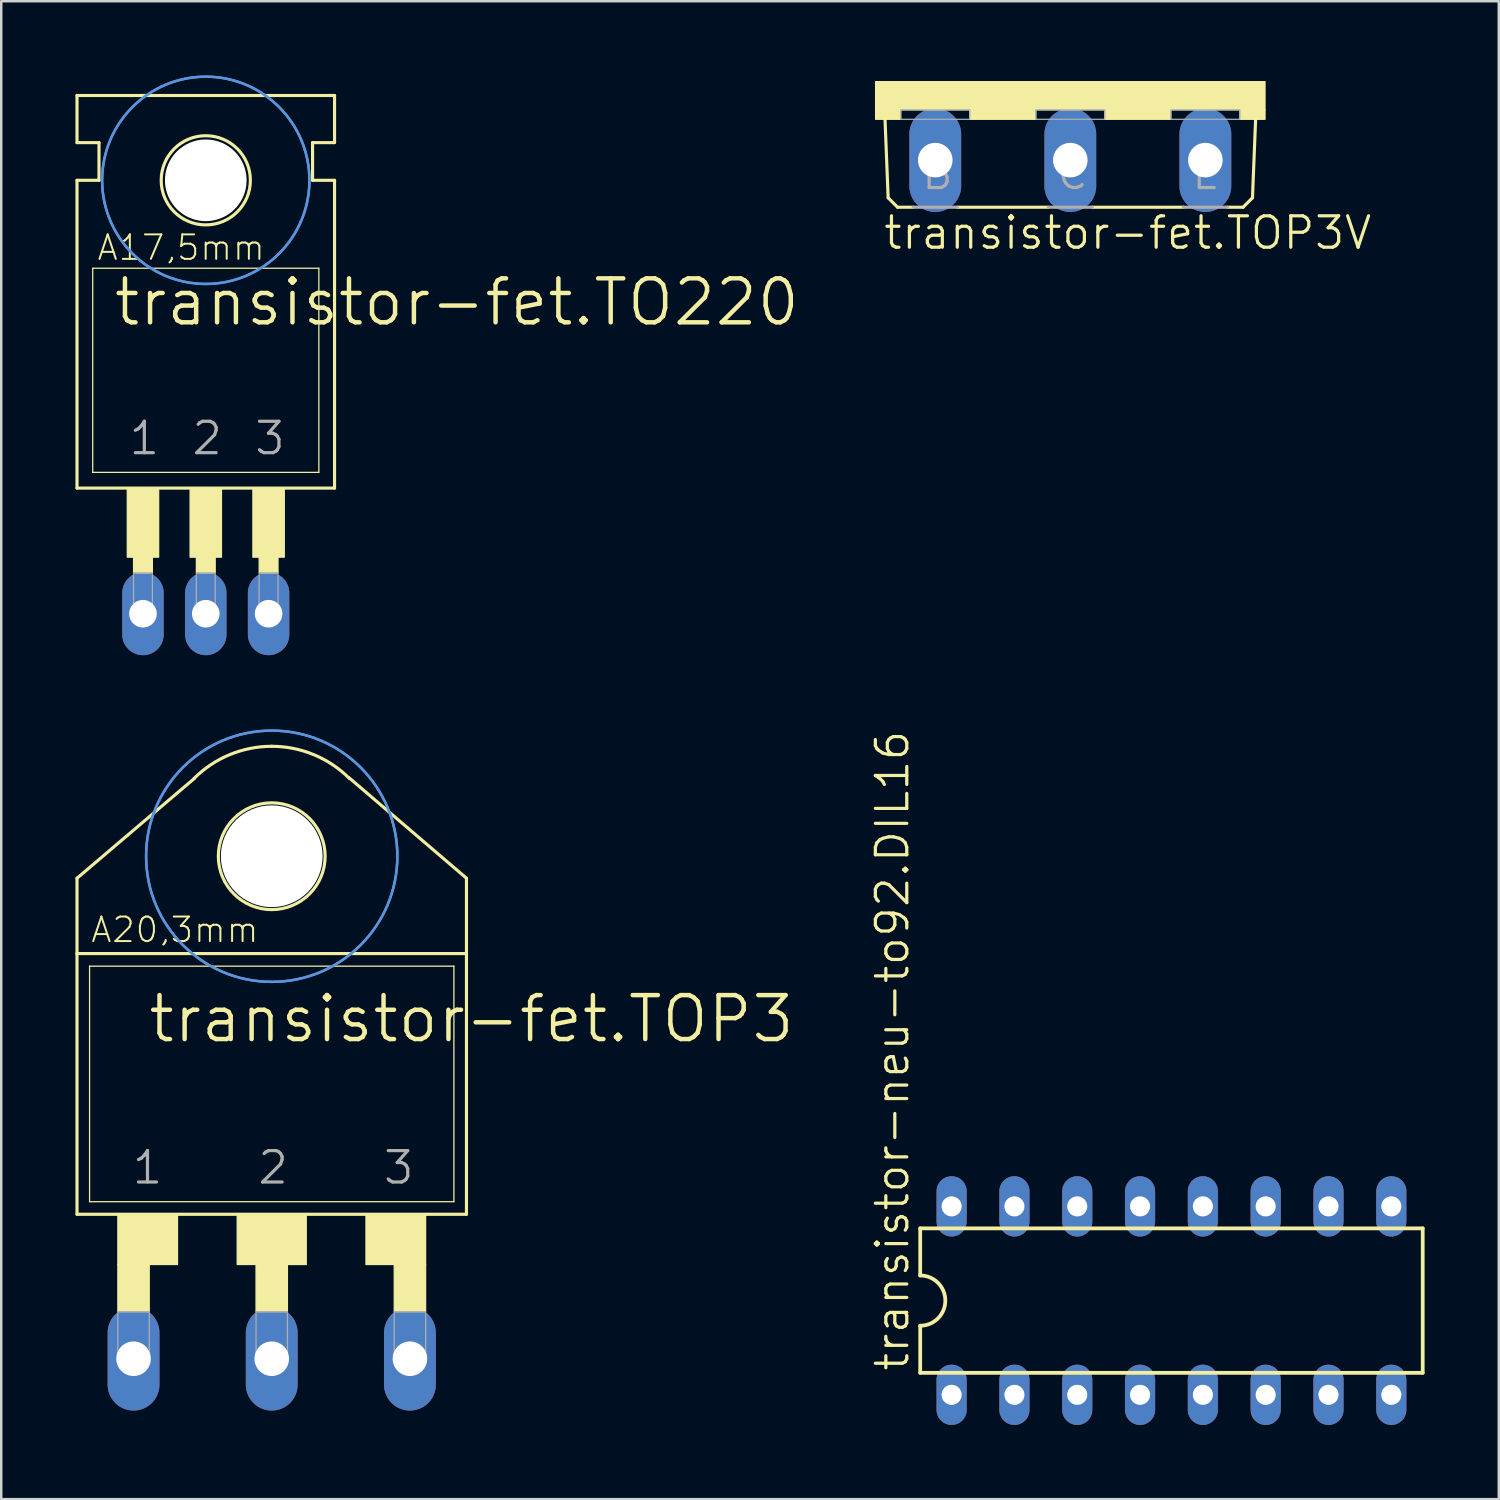
<source format=kicad_pcb>
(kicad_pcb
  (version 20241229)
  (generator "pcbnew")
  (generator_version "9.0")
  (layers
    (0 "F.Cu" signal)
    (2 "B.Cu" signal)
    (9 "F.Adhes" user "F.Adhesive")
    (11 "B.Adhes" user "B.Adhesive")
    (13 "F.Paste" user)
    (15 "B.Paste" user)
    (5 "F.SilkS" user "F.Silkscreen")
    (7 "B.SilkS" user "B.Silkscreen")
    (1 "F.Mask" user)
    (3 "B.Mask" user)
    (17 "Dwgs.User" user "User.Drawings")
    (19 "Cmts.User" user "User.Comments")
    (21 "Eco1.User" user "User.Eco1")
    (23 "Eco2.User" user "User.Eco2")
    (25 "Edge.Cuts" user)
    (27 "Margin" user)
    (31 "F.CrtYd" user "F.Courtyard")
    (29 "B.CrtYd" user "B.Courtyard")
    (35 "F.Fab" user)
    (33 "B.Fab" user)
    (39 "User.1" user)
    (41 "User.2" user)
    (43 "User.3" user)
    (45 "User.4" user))
  (footprint "transistor-neu-to92.DIL16"
    (layer "F.Cu")
    (at 44.32 49.542)
    (property "Reference" "transistor-neu-to92.DIL16" (at -10.541 2.921 90) (layer "F.SilkS") (effects (font (size 1.27 1.27) (thickness 0.13)) (justify left bottom)))
    (attr through_hole)
    (fp_line (start -10.16 -2.921) (end -10.16 -1.016) (stroke (width 0.152) (type default)) (layer "F.SilkS"))
    (fp_line (start -10.16 2.921) (end -10.16 1.016) (stroke (width 0.152) (type default)) (layer "F.SilkS"))
    (fp_line (start -10.16 2.921) (end 10.16 2.921) (stroke (width 0.152) (type default)) (layer "F.SilkS"))
    (fp_line (start 10.16 -2.921) (end -10.16 -2.921) (stroke (width 0.152) (type default)) (layer "F.SilkS"))
    (fp_line (start 10.16 -2.921) (end 10.16 2.921) (stroke (width 0.152) (type default)) (layer "F.SilkS"))
    (fp_arc (start -10.16 -1.016) (mid -9.144 0) (end -10.16 1.016) (stroke (width 0.1524) (type default)) (layer "F.SilkS"))
    (pad "1" thru_hole oval (at -8.89 3.81 90) (size 2.438 1.219) (drill 0.813) (layers "*.Cu" "*.Mask"))
    (pad "2" thru_hole oval (at -6.35 3.81 90) (size 2.438 1.219) (drill 0.813) (layers "*.Cu" "*.Mask"))
    (pad "3" thru_hole oval (at -3.81 3.81 90) (size 2.438 1.219) (drill 0.813) (layers "*.Cu" "*.Mask"))
    (pad "4" thru_hole oval (at -1.27 3.81 90) (size 2.438 1.219) (drill 0.813) (layers "*.Cu" "*.Mask"))
    (pad "5" thru_hole oval (at 1.27 3.81 90) (size 2.438 1.219) (drill 0.813) (layers "*.Cu" "*.Mask"))
    (pad "6" thru_hole oval (at 3.81 3.81 90) (size 2.438 1.219) (drill 0.813) (layers "*.Cu" "*.Mask"))
    (pad "7" thru_hole oval (at 6.35 3.81 90) (size 2.438 1.219) (drill 0.813) (layers "*.Cu" "*.Mask"))
    (pad "8" thru_hole oval (at 8.89 3.81 90) (size 2.438 1.219) (drill 0.813) (layers "*.Cu" "*.Mask"))
    (pad "9" thru_hole oval (at 8.89 -3.81 90) (size 2.438 1.219) (drill 0.813) (layers "*.Cu" "*.Mask"))
    (pad "10" thru_hole oval (at 6.35 -3.81 90) (size 2.438 1.219) (drill 0.813) (layers "*.Cu" "*.Mask"))
    (pad "11" thru_hole oval (at 3.81 -3.81 90) (size 2.438 1.219) (drill 0.813) (layers "*.Cu" "*.Mask"))
    (pad "12" thru_hole oval (at 1.27 -3.81 90) (size 2.438 1.219) (drill 0.813) (layers "*.Cu" "*.Mask"))
    (pad "13" thru_hole oval (at -1.27 -3.81 90) (size 2.438 1.219) (drill 0.813) (layers "*.Cu" "*.Mask"))
    (pad "14" thru_hole oval (at -3.81 -3.81 90) (size 2.438 1.219) (drill 0.813) (layers "*.Cu" "*.Mask"))
    (pad "15" thru_hole oval (at -6.35 -3.81 90) (size 2.438 1.219) (drill 0.813) (layers "*.Cu" "*.Mask"))
    (pad "16" thru_hole oval (at -8.89 -3.81 90) (size 2.438 1.219) (drill 0.813) (layers "*.Cu" "*.Mask")))
  (footprint "transistor-fet.TO220"
    (layer "F.Cu")
    (at 5.271 15.417)
    (property "Reference" "transistor-fet.TO220" (at -3.81 -5.207 0) (layer "F.SilkS") (effects (font (size 1.778 1.778) (thickness 0.18)) (justify left bottom)))
    (attr through_hole)
    (fp_line (start -5.207 -12.7) (end -5.207 -14.605) (stroke (width 0.127) (type default)) (layer "F.SilkS"))
    (fp_line (start -5.207 -11.176) (end -4.318 -11.176) (stroke (width 0.127) (type default)) (layer "F.SilkS"))
    (fp_line (start -5.207 1.27) (end -5.207 -11.176) (stroke (width 0.127) (type default)) (layer "F.SilkS"))
    (fp_line (start -5.207 1.27) (end 5.207 1.27) (stroke (width 0.127) (type default)) (layer "F.SilkS"))
    (fp_line (start -4.572 0.635) (end -4.572 -7.62) (stroke (width 0.051) (type default)) (layer "F.SilkS"))
    (fp_line (start -4.572 0.635) (end 4.572 0.635) (stroke (width 0.051) (type default)) (layer "F.SilkS"))
    (fp_line (start -4.318 -12.7) (end -5.207 -12.7) (stroke (width 0.127) (type default)) (layer "F.SilkS"))
    (fp_line (start -4.318 -11.176) (end -4.318 -12.7) (stroke (width 0.127) (type default)) (layer "F.SilkS"))
    (fp_line (start 4.318 -12.7) (end 5.207 -12.7) (stroke (width 0.127) (type default)) (layer "F.SilkS"))
    (fp_line (start 4.318 -11.176) (end 4.318 -12.7) (stroke (width 0.127) (type default)) (layer "F.SilkS"))
    (fp_line (start 4.572 -7.62) (end -4.572 -7.62) (stroke (width 0.051) (type default)) (layer "F.SilkS"))
    (fp_line (start 4.572 -7.62) (end 4.572 0.635) (stroke (width 0.051) (type default)) (layer "F.SilkS"))
    (fp_line (start 5.207 -14.605) (end -5.207 -14.605) (stroke (width 0.127) (type default)) (layer "F.SilkS"))
    (fp_line (start 5.207 -12.7) (end 5.207 -14.605) (stroke (width 0.127) (type default)) (layer "F.SilkS"))
    (fp_line (start 5.207 -11.176) (end 4.318 -11.176) (stroke (width 0.127) (type default)) (layer "F.SilkS"))
    (fp_line (start 5.207 1.27) (end 5.207 -11.176) (stroke (width 0.127) (type default)) (layer "F.SilkS"))
    (fp_rect (start -3.175 4.064) (end -1.905 1.27) (stroke (width 0.05) (type default)) (fill yes) (layer "F.SilkS"))
    (fp_rect (start -2.921 4.699) (end -2.159 4.064) (stroke (width 0.05) (type default)) (fill yes) (layer "F.SilkS"))
    (fp_rect (start -0.635 4.064) (end 0.635 1.27) (stroke (width 0.05) (type default)) (fill yes) (layer "F.SilkS"))
    (fp_rect (start -0.381 4.699) (end 0.381 4.064) (stroke (width 0.05) (type default)) (fill yes) (layer "F.SilkS"))
    (fp_rect (start 1.905 4.064) (end 3.175 1.27) (stroke (width 0.05) (type default)) (fill yes) (layer "F.SilkS"))
    (fp_rect (start 2.159 4.699) (end 2.921 4.064) (stroke (width 0.05) (type default)) (fill yes) (layer "F.SilkS"))
    (fp_circle (center 0 -11.176) (end 1.803 -11.176) (stroke (width 0.127) (type default)) (fill no) (layer "F.SilkS"))
    (fp_circle (center 0 -11.176) (end 4.191 -11.176) (stroke (width 0.1) (type default)) (fill no) (layer "Cmts.User"))
    (fp_circle (center 0 -11.176) (end 4.191 -11.176) (stroke (width 0.1) (type default)) (fill no) (layer "Cmts.User"))
    (fp_rect (start -2.921 6.604) (end -2.159 4.699) (stroke (width 0.05) (type default)) (fill no) (layer "F.Fab"))
    (fp_rect (start -0.381 6.604) (end 0.381 4.699) (stroke (width 0.05) (type default)) (fill no) (layer "F.Fab"))
    (fp_rect (start 2.159 6.604) (end 2.921 4.699) (stroke (width 0.05) (type default)) (fill no) (layer "F.Fab"))
    (fp_text user "A17,5mm" (at -4.445 -7.874 0) (layer "F.SilkS") (effects (font (size 0.991 0.991) (thickness 0.08)) (justify left bottom)))
    (fp_text user "1" (at -3.175 0 0) (layer "F.Fab") (effects (font (size 1.27 1.27) (thickness 0.13)) (justify left bottom)))
    (fp_text user "2" (at -0.635 0 0) (layer "F.Fab") (effects (font (size 1.27 1.27) (thickness 0.13)) (justify left bottom)))
    (fp_text user "3" (at 1.905 0 0) (layer "F.Fab") (effects (font (size 1.27 1.27) (thickness 0.13)) (justify left bottom)))
    (pad "" np_thru_hole circle (at 0 -11.176) (size 3.302 3.302) (drill 3.302) (layers "*.Cu" "*.Mask"))
    (pad "1" thru_hole oval (at -2.54 6.35 90) (size 3.353 1.676) (drill 1.118) (layers "*.Cu" "*.Mask"))
    (pad "2" thru_hole oval (at 0 6.35 90) (size 3.353 1.676) (drill 1.118) (layers "*.Cu" "*.Mask"))
    (pad "3" thru_hole oval (at 2.54 6.35 90) (size 3.353 1.676) (drill 1.118) (layers "*.Cu" "*.Mask")))
  (footprint "transistor-fet.TOP3"
    (layer "F.Cu")
    (at 7.938 44.273)
    (property "Reference" "transistor-fet.TOP3" (at -5.08 -5.08 0) (layer "F.SilkS") (effects (font (size 1.778 1.778) (thickness 0.18)) (justify left bottom)))
    (attr through_hole)
    (fp_line (start -7.874 -11.811) (end -3.124 -15.85) (stroke (width 0.127) (type default)) (layer "F.SilkS"))
    (fp_line (start -7.874 -8.763) (end -7.874 -11.811) (stroke (width 0.127) (type default)) (layer "F.SilkS"))
    (fp_line (start -7.874 1.778) (end -7.874 -8.763) (stroke (width 0.127) (type default)) (layer "F.SilkS"))
    (fp_line (start -7.874 1.778) (end 7.874 1.778) (stroke (width 0.127) (type default)) (layer "F.SilkS"))
    (fp_line (start -7.366 1.27) (end -7.366 -8.255) (stroke (width 0.051) (type default)) (layer "F.SilkS"))
    (fp_line (start -7.366 1.27) (end 7.366 1.27) (stroke (width 0.051) (type default)) (layer "F.SilkS"))
    (fp_line (start 7.366 -8.255) (end -7.366 -8.255) (stroke (width 0.051) (type default)) (layer "F.SilkS"))
    (fp_line (start 7.366 -8.255) (end 7.366 1.27) (stroke (width 0.051) (type default)) (layer "F.SilkS"))
    (fp_line (start 7.874 -11.811) (end 3.124 -15.875) (stroke (width 0.127) (type default)) (layer "F.SilkS"))
    (fp_line (start 7.874 -8.763) (end -7.874 -8.763) (stroke (width 0.127) (type default)) (layer "F.SilkS"))
    (fp_line (start 7.874 -8.763) (end 7.874 -11.811) (stroke (width 0.127) (type default)) (layer "F.SilkS"))
    (fp_line (start 7.874 -8.763) (end 7.874 1.778) (stroke (width 0.127) (type default)) (layer "F.SilkS"))
    (fp_rect (start -6.223 3.81) (end -3.81 1.778) (stroke (width 0.05) (type default)) (fill yes) (layer "F.SilkS"))
    (fp_rect (start -6.223 5.715) (end -4.953 3.81) (stroke (width 0.05) (type default)) (fill yes) (layer "F.SilkS"))
    (fp_rect (start -1.397 3.81) (end 1.397 1.778) (stroke (width 0.05) (type default)) (fill yes) (layer "F.SilkS"))
    (fp_rect (start -0.635 5.715) (end 0.635 3.81) (stroke (width 0.05) (type default)) (fill yes) (layer "F.SilkS"))
    (fp_rect (start 3.81 3.81) (end 6.223 1.778) (stroke (width 0.05) (type default)) (fill yes) (layer "F.SilkS"))
    (fp_rect (start 4.953 5.715) (end 6.223 3.81) (stroke (width 0.05) (type default)) (fill yes) (layer "F.SilkS"))
    (fp_arc (start -3.1431 -15.8431) (mid -1.701032 -16.806651) (end 0 -17.145) (stroke (width 0.127) (type default)) (layer "F.SilkS"))
    (fp_arc (start 0 -17.145) (mid 1.701032 -16.806651) (end 3.1431 -15.8431) (stroke (width 0.127) (type default)) (layer "F.SilkS"))
    (fp_circle (center 0 -12.7) (end 2.159 -12.7) (stroke (width 0.127) (type default)) (fill no) (layer "F.SilkS"))
    (fp_circle (center 0 -12.7) (end 5.08 -12.7) (stroke (width 0.1) (type default)) (fill no) (layer "Cmts.User"))
    (fp_circle (center 0 -12.7) (end 5.08 -12.7) (stroke (width 0.1) (type default)) (fill no) (layer "Cmts.User"))
    (fp_rect (start -6.223 7.62) (end -4.953 5.715) (stroke (width 0.05) (type default)) (fill no) (layer "F.Fab"))
    (fp_rect (start -0.635 7.62) (end 0.635 5.715) (stroke (width 0.05) (type default)) (fill no) (layer "F.Fab"))
    (fp_rect (start 4.953 7.62) (end 6.223 5.715) (stroke (width 0.05) (type default)) (fill no) (layer "F.Fab"))
    (fp_text user "A20,3mm" (at -7.366 -9.144 0) (layer "F.SilkS") (effects (font (size 0.991 0.991) (thickness 0.08)) (justify left bottom)))
    (fp_text user "1" (at -5.715 0.635 0) (layer "F.Fab") (effects (font (size 1.27 1.27) (thickness 0.13)) (justify left bottom)))
    (fp_text user "3" (at 4.445 0.635 0) (layer "F.Fab") (effects (font (size 1.27 1.27) (thickness 0.13)) (justify left bottom)))
    (fp_text user "2" (at -0.635 0.635 0) (layer "F.Fab") (effects (font (size 1.27 1.27) (thickness 0.13)) (justify left bottom)))
    (pad "" np_thru_hole circle (at 0 -12.7) (size 4.115 4.115) (drill 4.115) (layers "*.Cu" "*.Mask"))
    (pad "1" thru_hole oval (at -5.588 7.62 90) (size 4.191 2.095) (drill 1.397) (layers "*.Cu" "*.Mask"))
    (pad "2" thru_hole oval (at 0 7.62 90) (size 4.191 2.095) (drill 1.397) (layers "*.Cu" "*.Mask"))
    (pad "3" thru_hole oval (at 5.588 7.62 90) (size 4.191 2.095) (drill 1.397) (layers "*.Cu" "*.Mask")))
  (footprint "transistor-fet.TOP3V"
    (layer "F.Cu")
    (at 40.23 0.25)
    (property "Reference" "transistor-fet.TOP3V" (at -7.62 6.858 0) (layer "F.SilkS") (effects (font (size 1.27 1.27) (thickness 0.13)) (justify left bottom)))
    (attr through_hole)
    (fp_line (start -7.366 4.699) (end -7.493 1.524) (stroke (width 0.127) (type default)) (layer "F.SilkS"))
    (fp_line (start -6.985 5.08) (end -7.366 4.699) (stroke (width 0.127) (type default)) (layer "F.SilkS"))
    (fp_line (start -6.35 5.08) (end -6.985 5.08) (stroke (width 0.127) (type default)) (layer "F.SilkS"))
    (fp_line (start -0.889 5.08) (end -4.572 5.08) (stroke (width 0.127) (type default)) (layer "F.SilkS"))
    (fp_line (start 4.572 5.08) (end 0.889 5.08) (stroke (width 0.127) (type default)) (layer "F.SilkS"))
    (fp_line (start 6.985 5.08) (end 6.35 5.08) (stroke (width 0.127) (type default)) (layer "F.SilkS"))
    (fp_line (start 6.985 5.08) (end 7.366 4.699) (stroke (width 0.127) (type default)) (layer "F.SilkS"))
    (fp_line (start 7.366 4.699) (end 7.493 1.524) (stroke (width 0.127) (type default)) (layer "F.SilkS"))
    (fp_rect (start -7.874 1.143) (end 7.874 0) (stroke (width 0.05) (type default)) (fill yes) (layer "F.SilkS"))
    (fp_rect (start -7.874 1.524) (end -6.858 1.143) (stroke (width 0.05) (type default)) (fill yes) (layer "F.SilkS"))
    (fp_rect (start -4.064 1.524) (end -1.397 1.143) (stroke (width 0.05) (type default)) (fill yes) (layer "F.SilkS"))
    (fp_rect (start 1.397 1.524) (end 4.064 1.143) (stroke (width 0.05) (type default)) (fill yes) (layer "F.SilkS"))
    (fp_rect (start 6.858 1.524) (end 7.874 1.143) (stroke (width 0.05) (type default)) (fill yes) (layer "F.SilkS"))
    (fp_line (start -4.572 5.08) (end -6.35 5.08) (stroke (width 0.127) (type default)) (layer "F.Fab"))
    (fp_line (start 0.889 5.08) (end -0.889 5.08) (stroke (width 0.127) (type default)) (layer "F.Fab"))
    (fp_line (start 6.35 5.08) (end 4.572 5.08) (stroke (width 0.127) (type default)) (layer "F.Fab"))
    (fp_rect (start -6.858 1.524) (end -4.064 1.143) (stroke (width 0.05) (type default)) (fill no) (layer "F.Fab"))
    (fp_rect (start -1.397 1.524) (end 1.397 1.143) (stroke (width 0.05) (type default)) (fill no) (layer "F.Fab"))
    (fp_rect (start 4.064 1.524) (end 6.858 1.143) (stroke (width 0.05) (type default)) (fill no) (layer "F.Fab"))
    (fp_text user "B" (at -6.096 4.445 0) (layer "F.Fab") (effects (font (size 1.27 1.27) (thickness 0.13)) (justify left bottom)))
    (fp_text user "C" (at -0.635 4.445 0) (layer "F.Fab") (effects (font (size 1.27 1.27) (thickness 0.13)) (justify left bottom)))
    (fp_text user "E" (at 4.826 4.445 0) (layer "F.Fab") (effects (font (size 1.27 1.27) (thickness 0.13)) (justify left bottom)))
    (pad "B" thru_hole oval (at -5.461 3.175 90) (size 4.191 2.095) (drill 1.397) (layers "*.Cu" "*.Mask"))
    (pad "C" thru_hole oval (at 0 3.175 90) (size 4.191 2.095) (drill 1.397) (layers "*.Cu" "*.Mask"))
    (pad "E" thru_hole oval (at 5.461 3.175 90) (size 4.191 2.095) (drill 1.397) (layers "*.Cu" "*.Mask")))
  (gr_rect
    (start -3 -3)
    (end 57.556 57.571)
    (stroke (width 0.1) (type default))
    (fill no)
    (layer "Edge.Cuts")))
</source>
